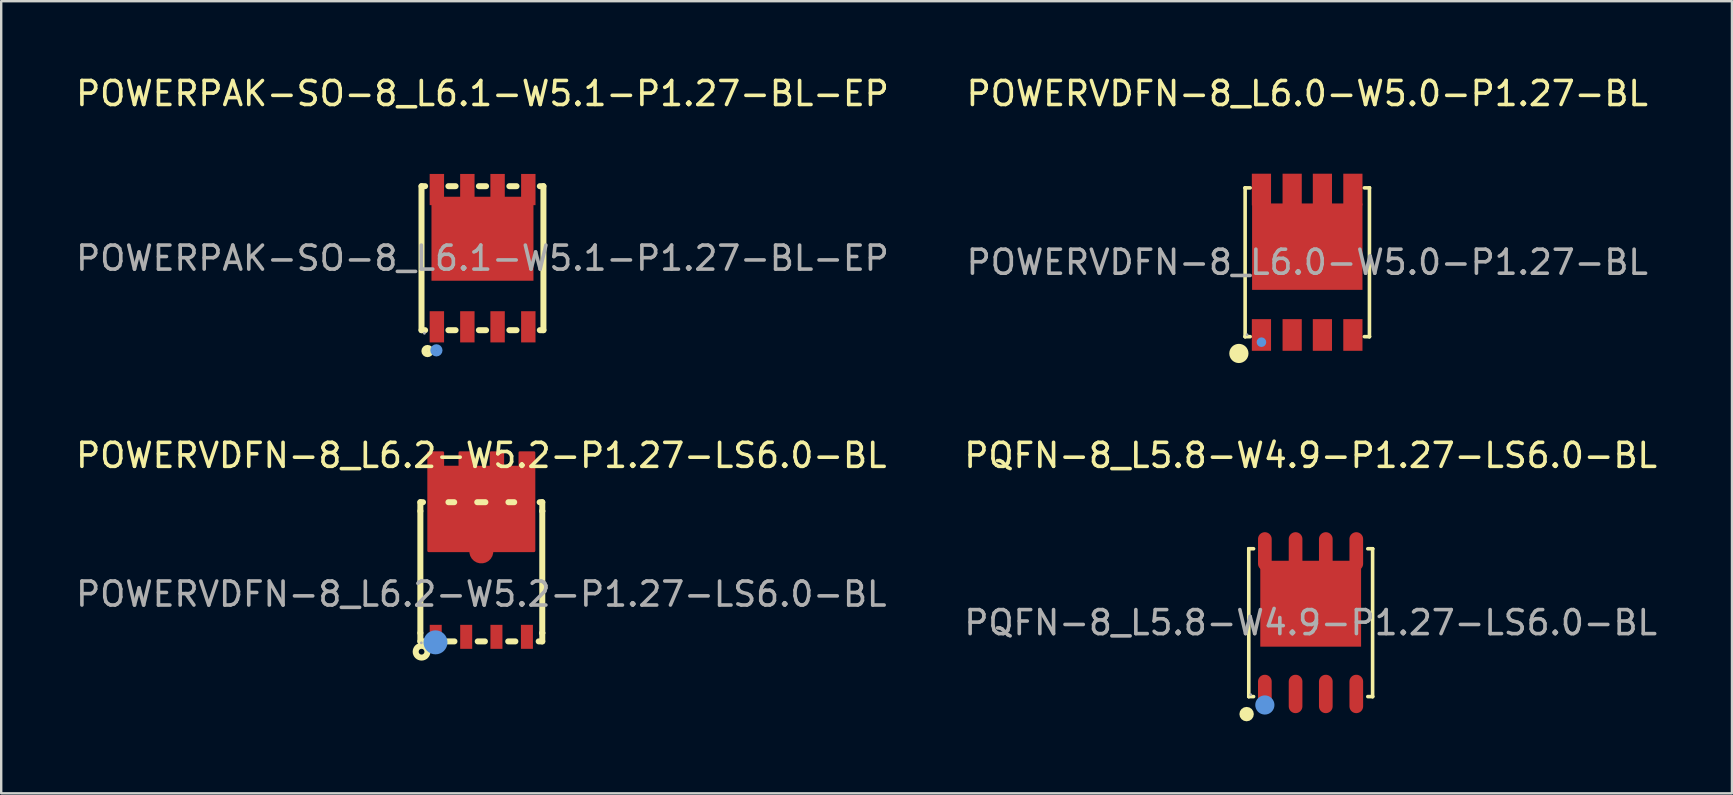
<source format=kicad_pcb>
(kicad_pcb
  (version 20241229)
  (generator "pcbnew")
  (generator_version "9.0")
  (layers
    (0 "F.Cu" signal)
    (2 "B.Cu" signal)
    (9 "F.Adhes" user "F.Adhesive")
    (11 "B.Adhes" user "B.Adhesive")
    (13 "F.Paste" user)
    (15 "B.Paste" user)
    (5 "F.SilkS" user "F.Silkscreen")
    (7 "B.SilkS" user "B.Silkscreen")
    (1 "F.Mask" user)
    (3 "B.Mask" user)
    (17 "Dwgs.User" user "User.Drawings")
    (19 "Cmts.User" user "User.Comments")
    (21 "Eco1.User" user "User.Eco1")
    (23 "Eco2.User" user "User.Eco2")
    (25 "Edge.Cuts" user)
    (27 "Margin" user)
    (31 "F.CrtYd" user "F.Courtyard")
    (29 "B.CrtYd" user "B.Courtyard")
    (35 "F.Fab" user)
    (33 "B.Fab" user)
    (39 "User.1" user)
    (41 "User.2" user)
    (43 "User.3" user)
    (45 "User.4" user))
  (footprint "POWERPAK-SO-8_L6.1-W5.1-P1.27-BL-EP"
    (layer "F.Cu")
    (at 17.054 7.708)
    (property "Reference" "POWERPAK-SO-8_L6.1-W5.1-P1.27-BL-EP" (at 0 -6.86 0) (layer "F.SilkS") (effects (font (size 1 1) (thickness 0.15))))
    (attr through_hole)
    (fp_line (start -2.54 -3) (end -2.39 -3) (stroke (width 0.25) (type solid)) (layer "F.SilkS"))
    (fp_line (start -2.54 3) (end -2.54 -3) (stroke (width 0.25) (type solid)) (layer "F.SilkS"))
    (fp_line (start -2.54 3) (end -2.39 3) (stroke (width 0.25) (type solid)) (layer "F.SilkS"))
    (fp_line (start -1.42 -3) (end -1.12 -3) (stroke (width 0.25) (type solid)) (layer "F.SilkS"))
    (fp_line (start -1.42 3) (end -1.12 3) (stroke (width 0.25) (type solid)) (layer "F.SilkS"))
    (fp_line (start -0.15 -3) (end 0.15 -3) (stroke (width 0.25) (type solid)) (layer "F.SilkS"))
    (fp_line (start -0.15 3) (end 0.15 3) (stroke (width 0.25) (type solid)) (layer "F.SilkS"))
    (fp_line (start 1.12 -3) (end 1.42 -3) (stroke (width 0.25) (type solid)) (layer "F.SilkS"))
    (fp_line (start 1.12 3) (end 1.42 3) (stroke (width 0.25) (type solid)) (layer "F.SilkS"))
    (fp_line (start 2.39 -3) (end 2.54 -3) (stroke (width 0.25) (type solid)) (layer "F.SilkS"))
    (fp_line (start 2.39 3) (end 2.54 3) (stroke (width 0.25) (type solid)) (layer "F.SilkS"))
    (fp_line (start 2.54 -3) (end 2.54 3) (stroke (width 0.25) (type solid)) (layer "F.SilkS"))
    (fp_circle (center -2.29 3.87) (end -2.16 3.87) (stroke (width 0.25) (type solid)) (fill no) (layer "F.SilkS"))
    (fp_circle (center -1.92 3.84) (end -1.79 3.84) (stroke (width 0.25) (type solid)) (fill no) (layer "Cmts.User"))
    (fp_circle (center -2.42 3.13) (end -2.39 3.13) (stroke (width 0.06) (type solid)) (fill no) (layer "F.Fab"))
    (fp_text user "${REFERENCE}" (at 0 0 0) (layer "F.Fab") (effects (font (size 1 1) (thickness 0.15))))
    (pad "1" smd rect (at -1.9 2.86 270) (size 1.3 0.6) (layers "F.Cu" "F.Mask" "F.Paste"))
    (pad "2" smd rect (at -0.63 2.86 270) (size 1.3 0.6) (layers "F.Cu" "F.Mask" "F.Paste"))
    (pad "3" smd rect (at 0.63 2.86 270) (size 1.3 0.6) (layers "F.Cu" "F.Mask" "F.Paste"))
    (pad "4" smd rect (at 1.91 2.86 270) (size 1.3 0.6) (layers "F.Cu" "F.Mask" "F.Paste"))
    (pad "5" smd rect (at 1.91 -2.86 270) (size 1.3 0.6) (layers "F.Cu" "F.Mask" "F.Paste"))
    (pad "6" smd rect (at 0.63 -2.86 270) (size 1.3 0.6) (layers "F.Cu" "F.Mask" "F.Paste"))
    (pad "7" smd rect (at -0.63 -2.86 270) (size 1.3 0.6) (layers "F.Cu" "F.Mask" "F.Paste"))
    (pad "8" smd rect (at -1.9 -2.86 270) (size 1.3 0.6) (layers "F.Cu" "F.Mask" "F.Paste"))
    (pad "8" smd rect (at 0 -0.81 270) (size 3.5 4.25) (layers "F.Cu" "F.Mask" "F.Paste")))
  (footprint "POWERVDFN-8_L6.2-W5.2-P1.27-LS6.0-BL"
    (layer "F.Cu")
    (at 17.006 21.706)
    (property "Reference" "POWERVDFN-8_L6.2-W5.2-P1.27-LS6.0-BL" (at 0 -5.78 0) (layer "F.SilkS") (effects (font (size 1 1) (thickness 0.15))))
    (attr through_hole)
    (fp_line (start -2.54 -3.83) (end -2.54 -3.46) (stroke (width 0.25) (type solid)) (layer "F.SilkS"))
    (fp_line (start -2.54 1.62) (end -2.54 -3.46) (stroke (width 0.25) (type solid)) (layer "F.SilkS"))
    (fp_line (start -2.54 1.97) (end -2.54 1.62) (stroke (width 0.25) (type solid)) (layer "F.SilkS"))
    (fp_line (start -2.43 -3.83) (end -2.54 -3.83) (stroke (width 0.25) (type solid)) (layer "F.SilkS"))
    (fp_line (start -2.39 1.97) (end -2.54 1.97) (stroke (width 0.25) (type solid)) (layer "F.SilkS"))
    (fp_line (start -1.13 -3.83) (end -1.37 -3.83) (stroke (width 0.25) (type solid)) (layer "F.SilkS"))
    (fp_line (start -1.12 1.97) (end -1.42 1.97) (stroke (width 0.25) (type solid)) (layer "F.SilkS"))
    (fp_line (start 0.15 1.97) (end -0.15 1.97) (stroke (width 0.25) (type solid)) (layer "F.SilkS"))
    (fp_line (start 0.17 -3.83) (end -0.17 -3.83) (stroke (width 0.25) (type solid)) (layer "F.SilkS"))
    (fp_line (start 1.37 -3.83) (end 1.13 -3.83) (stroke (width 0.25) (type solid)) (layer "F.SilkS"))
    (fp_line (start 1.42 1.97) (end 1.12 1.97) (stroke (width 0.25) (type solid)) (layer "F.SilkS"))
    (fp_line (start 2.54 -3.83) (end 2.43 -3.83) (stroke (width 0.25) (type solid)) (layer "F.SilkS"))
    (fp_line (start 2.54 -3.46) (end 2.54 -3.83) (stroke (width 0.25) (type solid)) (layer "F.SilkS"))
    (fp_line (start 2.54 -3.46) (end 2.54 -3.46) (stroke (width 0.25) (type solid)) (layer "F.SilkS"))
    (fp_line (start 2.54 1.62) (end 2.54 -3.46) (stroke (width 0.25) (type solid)) (layer "F.SilkS"))
    (fp_line (start 2.54 1.62) (end 2.54 1.62) (stroke (width 0.25) (type solid)) (layer "F.SilkS"))
    (fp_line (start 2.54 1.62) (end 2.54 1.97) (stroke (width 0.25) (type solid)) (layer "F.SilkS"))
    (fp_line (start 2.54 1.97) (end 2.39 1.97) (stroke (width 0.25) (type solid)) (layer "F.SilkS"))
    (fp_circle (center -2.49 2.4) (end -2.37 2.4) (stroke (width 0.25) (type solid)) (fill no) (layer "F.SilkS"))
    (fp_circle (center -1.91 2.01) (end -1.66 2.01) (stroke (width 0.5) (type solid)) (fill no) (layer "Cmts.User"))
    (fp_circle (center -2.5 2.03) (end -2.47 2.03) (stroke (width 0.06) (type solid)) (fill no) (layer "F.Fab"))
    (fp_text user "${REFERENCE}" (at 0 0 0) (layer "F.Fab") (effects (font (size 1 1) (thickness 0.15))))
    (pad "1" smd rect (at -1.9 1.78) (size 0.5 1) (layers "F.Cu" "F.Mask" "F.Paste"))
    (pad "2" smd rect (at -0.63 1.78) (size 0.5 1) (layers "F.Cu" "F.Mask" "F.Paste"))
    (pad "3" smd rect (at 0.63 1.78) (size 0.5 1) (layers "F.Cu" "F.Mask" "F.Paste"))
    (pad "4" smd rect (at 1.9 1.78) (size 0.5 1) (layers "F.Cu" "F.Mask" "F.Paste"))
    (pad "5" smd custom (at 0 -1.78) (size 1 1) (layers "F.Cu" "F.Mask" "F.Paste") (options (anchor circle)) (primitives (gr_poly (pts (xy -2.2 -0.02) (xy -2.2 -4.12) (xy -1.6 -4.12) (xy -1.6 -3.52) (xy -0.9 -3.52) (xy -0.9 -4.12) (xy -0.4 -4.12) (xy -0.4 -3.52) (xy 0.4 -3.52) (xy 0.4 -4.12) (xy 0.9 -4.12) (xy 0.9 -3.52) (xy 1.6 -3.52) (xy 1.6 -4.12) (xy 2.2 -4.12) (xy 2.2 -0.02)) (width 0.1) (fill yes)))))
  (footprint "POWERVDFN-8_L6.0-W5.0-P1.27-BL"
    (layer "F.Cu")
    (at 51.423 7.878)
    (property "Reference" "POWERVDFN-8_L6.0-W5.0-P1.27-BL" (at 0 -7.03 0) (layer "F.SilkS") (effects (font (size 1 1) (thickness 0.15))))
    (attr through_hole)
    (fp_line (start -2.59 -3.1) (end -2.59 -3.1) (stroke (width 0.15) (type solid)) (layer "F.SilkS"))
    (fp_line (start -2.59 -3.1) (end -2.38 -3.1) (stroke (width 0.15) (type solid)) (layer "F.SilkS"))
    (fp_line (start -2.59 3.1) (end -2.59 -3.1) (stroke (width 0.15) (type solid)) (layer "F.SilkS"))
    (fp_line (start -2.59 3.1) (end -2.59 3.1) (stroke (width 0.15) (type solid)) (layer "F.SilkS"))
    (fp_line (start -2.38 3.1) (end -2.59 3.1) (stroke (width 0.15) (type solid)) (layer "F.SilkS"))
    (fp_line (start 2.38 3.1) (end 2.59 3.1) (stroke (width 0.15) (type solid)) (layer "F.SilkS"))
    (fp_line (start 2.59 -3.1) (end 2.38 -3.1) (stroke (width 0.15) (type solid)) (layer "F.SilkS"))
    (fp_line (start 2.59 -3.1) (end 2.59 -3.1) (stroke (width 0.15) (type solid)) (layer "F.SilkS"))
    (fp_line (start 2.59 3.1) (end 2.59 -3.1) (stroke (width 0.15) (type solid)) (layer "F.SilkS"))
    (fp_line (start 2.59 3.1) (end 2.59 3.1) (stroke (width 0.15) (type solid)) (layer "F.SilkS"))
    (fp_circle (center -2.85 3.8) (end -2.65 3.8) (stroke (width 0.4) (type solid)) (fill no) (layer "F.SilkS"))
    (fp_circle (center -1.91 3.33) (end -1.81 3.33) (stroke (width 0.2) (type solid)) (fill no) (layer "Cmts.User"))
    (fp_circle (center -2.51 3.02) (end -2.48 3.02) (stroke (width 0.06) (type solid)) (fill no) (layer "F.Fab"))
    (fp_text user "${REFERENCE}" (at 0 0 0) (layer "F.Fab") (effects (font (size 1 1) (thickness 0.15))))
    (pad "1" smd rect (at -1.91 3.03) (size 0.8 1.32) (layers "F.Cu" "F.Mask" "F.Paste"))
    (pad "2" smd rect (at -0.63 3.03) (size 0.8 1.32) (layers "F.Cu" "F.Mask" "F.Paste"))
    (pad "3" smd rect (at 0.63 3.03) (size 0.8 1.32) (layers "F.Cu" "F.Mask" "F.Paste"))
    (pad "4" smd rect (at 1.9 3.03) (size 0.8 1.32) (layers "F.Cu" "F.Mask" "F.Paste"))
    (pad "5" smd rect (at 1.9 -3.03) (size 0.8 1.32) (layers "F.Cu" "F.Mask" "F.Paste"))
    (pad "6" smd rect (at 0.63 -3.03) (size 0.8 1.32) (layers "F.Cu" "F.Mask" "F.Paste"))
    (pad "7" smd rect (at -0.63 -3.03) (size 0.8 1.32) (layers "F.Cu" "F.Mask" "F.Paste"))
    (pad "8" smd rect (at -1.91 -3.03) (size 0.8 1.32) (layers "F.Cu" "F.Mask" "F.Paste"))
    (pad "9" smd rect (at 0 -0.65) (size 4.6 3.6) (layers "F.Cu" "F.Mask" "F.Paste")))
  (footprint "PQFN-8_L5.8-W4.9-P1.27-LS6.0-BL"
    (layer "F.Cu")
    (at 51.565 22.896)
    (property "Reference" "PQFN-8_L5.8-W4.9-P1.27-LS6.0-BL" (at 0 -6.97 0) (layer "F.SilkS") (effects (font (size 1 1) (thickness 0.15))))
    (attr through_hole)
    (fp_line (start -2.58 -3.08) (end -2.58 -3.08) (stroke (width 0.15) (type solid)) (layer "F.SilkS"))
    (fp_line (start -2.58 -3.08) (end -2.38 -3.08) (stroke (width 0.15) (type solid)) (layer "F.SilkS"))
    (fp_line (start -2.58 3.08) (end -2.58 -3.08) (stroke (width 0.15) (type solid)) (layer "F.SilkS"))
    (fp_line (start -2.58 3.08) (end -2.58 3.08) (stroke (width 0.15) (type solid)) (layer "F.SilkS"))
    (fp_line (start -2.38 3.08) (end -2.58 3.08) (stroke (width 0.15) (type solid)) (layer "F.SilkS"))
    (fp_line (start 2.38 3.08) (end 2.58 3.08) (stroke (width 0.15) (type solid)) (layer "F.SilkS"))
    (fp_line (start 2.58 -3.08) (end 2.38 -3.08) (stroke (width 0.15) (type solid)) (layer "F.SilkS"))
    (fp_line (start 2.58 -3.08) (end 2.58 -3.08) (stroke (width 0.15) (type solid)) (layer "F.SilkS"))
    (fp_line (start 2.58 3.08) (end 2.58 -3.08) (stroke (width 0.15) (type solid)) (layer "F.SilkS"))
    (fp_line (start 2.58 3.08) (end 2.58 3.08) (stroke (width 0.15) (type solid)) (layer "F.SilkS"))
    (fp_circle (center -2.67 3.81) (end -2.52 3.81) (stroke (width 0.3) (type solid)) (fill no) (layer "F.SilkS"))
    (fp_circle (center -1.91 3.43) (end -1.71 3.43) (stroke (width 0.4) (type solid)) (fill no) (layer "Cmts.User"))
    (fp_circle (center -2.5 3) (end -2.47 3) (stroke (width 0.06) (type solid)) (fill no) (layer "F.Fab"))
    (fp_text user "${REFERENCE}" (at 0 0 0) (layer "F.Fab") (effects (font (size 1 1) (thickness 0.15))))
    (pad "1" smd oval (at -1.91 2.97) (size 0.57 1.6) (layers "F.Cu" "F.Mask" "F.Paste"))
    (pad "2" smd oval (at -0.63 2.97) (size 0.57 1.6) (layers "F.Cu" "F.Mask" "F.Paste"))
    (pad "3" smd oval (at 0.63 2.97) (size 0.57 1.6) (layers "F.Cu" "F.Mask" "F.Paste"))
    (pad "4" smd oval (at 1.9 2.97) (size 0.57 1.6) (layers "F.Cu" "F.Mask" "F.Paste"))
    (pad "5" smd oval (at 1.9 -2.97) (size 0.57 1.6) (layers "F.Cu" "F.Mask" "F.Paste"))
    (pad "6" smd oval (at 0.63 -2.97) (size 0.57 1.6) (layers "F.Cu" "F.Mask" "F.Paste"))
    (pad "7" smd oval (at -0.63 -2.97) (size 0.57 1.6) (layers "F.Cu" "F.Mask" "F.Paste"))
    (pad "8" smd oval (at -1.91 -2.97) (size 0.57 1.6) (layers "F.Cu" "F.Mask" "F.Paste"))
    (pad "9" smd rect (at 0 -0.79) (size 4.2 3.58) (layers "F.Cu" "F.Mask" "F.Paste")))
  (gr_rect
    (start -3 -3)
    (end 69.119 30.006)
    (stroke (width 0.1) (type default))
    (fill no)
    (layer "Edge.Cuts")))
</source>
